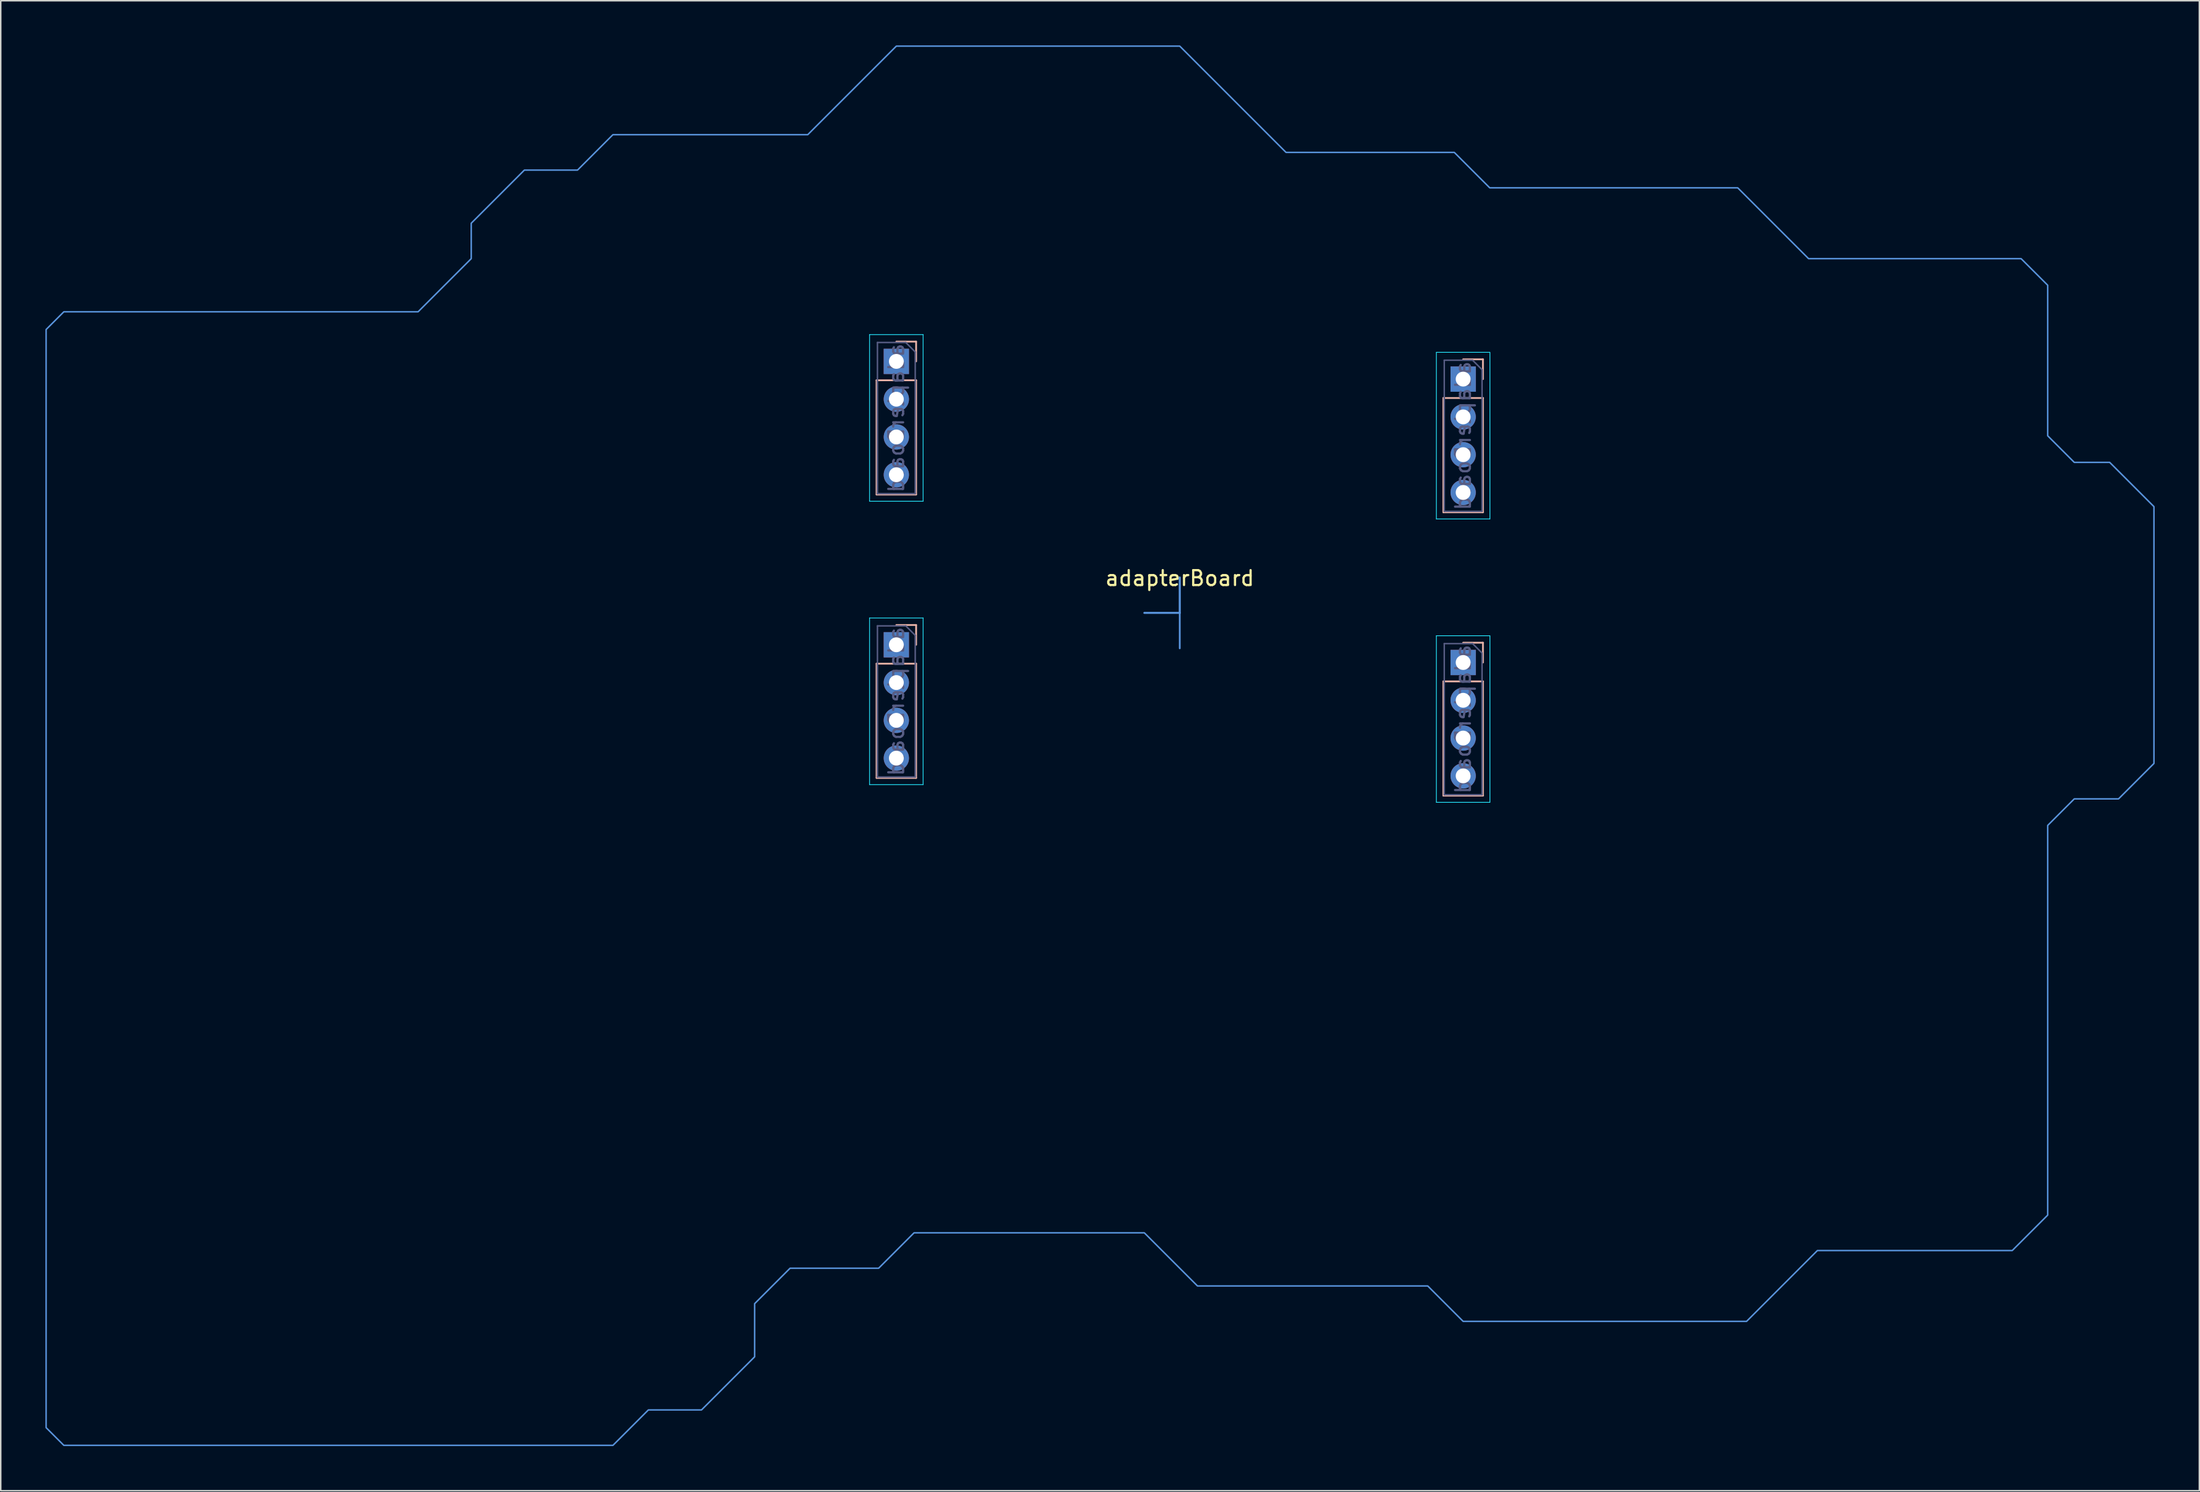
<source format=kicad_pcb>
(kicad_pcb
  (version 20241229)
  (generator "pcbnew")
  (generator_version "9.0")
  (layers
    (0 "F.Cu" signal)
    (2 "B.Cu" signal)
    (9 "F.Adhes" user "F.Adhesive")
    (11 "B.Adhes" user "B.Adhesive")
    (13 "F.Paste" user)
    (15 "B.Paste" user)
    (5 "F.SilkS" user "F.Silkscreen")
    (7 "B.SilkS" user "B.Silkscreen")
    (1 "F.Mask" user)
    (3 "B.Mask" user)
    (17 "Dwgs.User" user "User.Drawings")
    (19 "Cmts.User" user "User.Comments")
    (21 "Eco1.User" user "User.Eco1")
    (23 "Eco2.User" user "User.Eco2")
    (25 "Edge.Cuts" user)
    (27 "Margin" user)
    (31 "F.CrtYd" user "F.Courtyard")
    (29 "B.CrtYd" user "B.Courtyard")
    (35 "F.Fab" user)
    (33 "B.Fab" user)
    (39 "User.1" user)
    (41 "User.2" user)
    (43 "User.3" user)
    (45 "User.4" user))
  (footprint "adapterBoard"
    (layer "F.Cu")
    (at 76.25 38.15)
    (property "Reference" "adapterBoard" (at 0 -2.33 0) (layer "F.SilkS") (effects (font (size 1 1) (thickness 0.15))))
    (attr through_hole)
    (fp_line (start -20.38 -15.637) (end -20.38 -7.957) (stroke (width 0.12) (type solid)) (layer "B.SilkS"))
    (fp_line (start -20.38 3.413) (end -20.38 11.093) (stroke (width 0.12) (type solid)) (layer "B.SilkS"))
    (fp_line (start -17.72 -18.237) (end -19.05 -18.237) (stroke (width 0.12) (type solid)) (layer "B.SilkS"))
    (fp_line (start -17.72 -16.907) (end -17.72 -18.237) (stroke (width 0.12) (type solid)) (layer "B.SilkS"))
    (fp_line (start -17.72 -15.637) (end -20.38 -15.637) (stroke (width 0.12) (type solid)) (layer "B.SilkS"))
    (fp_line (start -17.72 -15.637) (end -17.72 -7.957) (stroke (width 0.12) (type solid)) (layer "B.SilkS"))
    (fp_line (start -17.72 -7.957) (end -20.38 -7.957) (stroke (width 0.12) (type solid)) (layer "B.SilkS"))
    (fp_line (start -17.72 0.813) (end -19.05 0.813) (stroke (width 0.12) (type solid)) (layer "B.SilkS"))
    (fp_line (start -17.72 2.143) (end -17.72 0.813) (stroke (width 0.12) (type solid)) (layer "B.SilkS"))
    (fp_line (start -17.72 3.413) (end -20.38 3.413) (stroke (width 0.12) (type solid)) (layer "B.SilkS"))
    (fp_line (start -17.72 3.413) (end -17.72 11.093) (stroke (width 0.12) (type solid)) (layer "B.SilkS"))
    (fp_line (start -17.72 11.093) (end -20.38 11.093) (stroke (width 0.12) (type solid)) (layer "B.SilkS"))
    (fp_line (start 17.72 -14.446) (end 17.72 -6.766) (stroke (width 0.12) (type solid)) (layer "B.SilkS"))
    (fp_line (start 17.72 4.604) (end 17.72 12.284) (stroke (width 0.12) (type solid)) (layer "B.SilkS"))
    (fp_line (start 20.38 -17.046) (end 19.05 -17.046) (stroke (width 0.12) (type solid)) (layer "B.SilkS"))
    (fp_line (start 20.38 -15.716) (end 20.38 -17.046) (stroke (width 0.12) (type solid)) (layer "B.SilkS"))
    (fp_line (start 20.38 -14.446) (end 17.72 -14.446) (stroke (width 0.12) (type solid)) (layer "B.SilkS"))
    (fp_line (start 20.38 -14.446) (end 20.38 -6.766) (stroke (width 0.12) (type solid)) (layer "B.SilkS"))
    (fp_line (start 20.38 -6.766) (end 17.72 -6.766) (stroke (width 0.12) (type solid)) (layer "B.SilkS"))
    (fp_line (start 20.38 2.004) (end 19.05 2.004) (stroke (width 0.12) (type solid)) (layer "B.SilkS"))
    (fp_line (start 20.38 3.334) (end 20.38 2.004) (stroke (width 0.12) (type solid)) (layer "B.SilkS"))
    (fp_line (start 20.38 4.604) (end 17.72 4.604) (stroke (width 0.12) (type solid)) (layer "B.SilkS"))
    (fp_line (start 20.38 4.604) (end 20.38 12.284) (stroke (width 0.12) (type solid)) (layer "B.SilkS"))
    (fp_line (start 20.38 12.284) (end 17.72 12.284) (stroke (width 0.12) (type solid)) (layer "B.SilkS"))
    (fp_line (start -2.381 0) (end 0 0) (stroke (width 0.12) (type solid)) (layer "Cmts.User"))
    (fp_line (start 0 -2.381) (end 0 0) (stroke (width 0.12) (type solid)) (layer "Cmts.User"))
    (fp_line (start 0 0) (end -2.381 0) (stroke (width 0.12) (type solid)) (layer "Cmts.User"))
    (fp_line (start 0 0) (end 0 -2.381) (stroke (width 0.12) (type solid)) (layer "Cmts.User"))
    (fp_line (start 0 0) (end 0 2.381) (stroke (width 0.12) (type solid)) (layer "Cmts.User"))
    (fp_poly (pts (xy 7.144 -30.956) (xy 18.455 -30.956) (xy 20.836 -28.575) (xy 37.505 -28.575) (xy 42.267 -23.813) (xy 56.555 -23.813) (xy 58.341 -22.027) (xy 58.341 -11.906) (xy 60.127 -10.12) (xy 62.508 -10.12) (xy 65.484 -7.144) (xy 65.484 10.12) (xy 63.103 12.502) (xy 60.127 12.502) (xy 58.341 14.287) (xy 58.341 40.481) (xy 55.959 42.862) (xy 42.862 42.862) (xy 38.1 47.625) (xy 19.05 47.625) (xy 16.669 45.244) (xy 1.191 45.244) (xy -2.381 41.672) (xy -17.859 41.672) (xy -20.241 44.053) (xy -26.194 44.053) (xy -28.575 46.434) (xy -28.575 50.006) (xy -32.147 53.578) (xy -35.719 53.578) (xy -38.1 55.959) (xy -75.009 55.959) (xy -76.2 54.769) (xy -76.2 -19.05) (xy -75.009 -20.241) (xy -51.197 -20.241) (xy -47.625 -23.813) (xy -47.625 -26.194) (xy -44.053 -29.766) (xy -40.481 -29.766) (xy -38.1 -32.147) (xy -25.003 -32.147) (xy -19.05 -38.1) (xy -0.000049 -38.1)) (stroke (width 0.1) (type solid)) (fill no) (layer "Cmts.User"))
    (fp_line (start -20.85 -18.707) (end -17.25 -18.707) (stroke (width 0.05) (type solid)) (layer "B.CrtYd"))
    (fp_line (start -20.85 -7.507) (end -20.85 -18.707) (stroke (width 0.05) (type solid)) (layer "B.CrtYd"))
    (fp_line (start -20.85 0.343) (end -17.25 0.343) (stroke (width 0.05) (type solid)) (layer "B.CrtYd"))
    (fp_line (start -20.85 11.543) (end -20.85 0.343) (stroke (width 0.05) (type solid)) (layer "B.CrtYd"))
    (fp_line (start -17.25 -18.707) (end -17.25 -7.507) (stroke (width 0.05) (type solid)) (layer "B.CrtYd"))
    (fp_line (start -17.25 -7.507) (end -20.85 -7.507) (stroke (width 0.05) (type solid)) (layer "B.CrtYd"))
    (fp_line (start -17.25 0.343) (end -17.25 11.543) (stroke (width 0.05) (type solid)) (layer "B.CrtYd"))
    (fp_line (start -17.25 11.543) (end -20.85 11.543) (stroke (width 0.05) (type solid)) (layer "B.CrtYd"))
    (fp_line (start 17.25 -17.516) (end 20.85 -17.516) (stroke (width 0.05) (type solid)) (layer "B.CrtYd"))
    (fp_line (start 17.25 -6.316) (end 17.25 -17.516) (stroke (width 0.05) (type solid)) (layer "B.CrtYd"))
    (fp_line (start 17.25 1.534) (end 20.85 1.534) (stroke (width 0.05) (type solid)) (layer "B.CrtYd"))
    (fp_line (start 17.25 12.734) (end 17.25 1.534) (stroke (width 0.05) (type solid)) (layer "B.CrtYd"))
    (fp_line (start 20.85 -17.516) (end 20.85 -6.316) (stroke (width 0.05) (type solid)) (layer "B.CrtYd"))
    (fp_line (start 20.85 -6.316) (end 17.25 -6.316) (stroke (width 0.05) (type solid)) (layer "B.CrtYd"))
    (fp_line (start 20.85 1.534) (end 20.85 12.734) (stroke (width 0.05) (type solid)) (layer "B.CrtYd"))
    (fp_line (start 20.85 12.734) (end 17.25 12.734) (stroke (width 0.05) (type solid)) (layer "B.CrtYd"))
    (fp_line (start -20.32 -18.177) (end -20.32 -8.017) (stroke (width 0.1) (type solid)) (layer "B.Fab"))
    (fp_line (start -20.32 -8.017) (end -17.78 -8.017) (stroke (width 0.1) (type solid)) (layer "B.Fab"))
    (fp_line (start -20.32 0.873) (end -20.32 11.033) (stroke (width 0.1) (type solid)) (layer "B.Fab"))
    (fp_line (start -20.32 11.033) (end -17.78 11.033) (stroke (width 0.1) (type solid)) (layer "B.Fab"))
    (fp_line (start -18.415 -18.177) (end -20.32 -18.177) (stroke (width 0.1) (type solid)) (layer "B.Fab"))
    (fp_line (start -18.415 0.873) (end -20.32 0.873) (stroke (width 0.1) (type solid)) (layer "B.Fab"))
    (fp_line (start -17.78 -17.542) (end -18.415 -18.177) (stroke (width 0.1) (type solid)) (layer "B.Fab"))
    (fp_line (start -17.78 -8.017) (end -17.78 -17.542) (stroke (width 0.1) (type solid)) (layer "B.Fab"))
    (fp_line (start -17.78 1.508) (end -18.415 0.873) (stroke (width 0.1) (type solid)) (layer "B.Fab"))
    (fp_line (start -17.78 11.033) (end -17.78 1.508) (stroke (width 0.1) (type solid)) (layer "B.Fab"))
    (fp_line (start 17.78 -16.986) (end 17.78 -6.826) (stroke (width 0.1) (type solid)) (layer "B.Fab"))
    (fp_line (start 17.78 -6.826) (end 20.32 -6.826) (stroke (width 0.1) (type solid)) (layer "B.Fab"))
    (fp_line (start 17.78 2.064) (end 17.78 12.224) (stroke (width 0.1) (type solid)) (layer "B.Fab"))
    (fp_line (start 17.78 12.224) (end 20.32 12.224) (stroke (width 0.1) (type solid)) (layer "B.Fab"))
    (fp_line (start 19.685 -16.986) (end 17.78 -16.986) (stroke (width 0.1) (type solid)) (layer "B.Fab"))
    (fp_line (start 19.685 2.064) (end 17.78 2.064) (stroke (width 0.1) (type solid)) (layer "B.Fab"))
    (fp_line (start 20.32 -16.351) (end 19.685 -16.986) (stroke (width 0.1) (type solid)) (layer "B.Fab"))
    (fp_line (start 20.32 -6.826) (end 20.32 -16.351) (stroke (width 0.1) (type solid)) (layer "B.Fab"))
    (fp_line (start 20.32 2.699) (end 19.685 2.064) (stroke (width 0.1) (type solid)) (layer "B.Fab"))
    (fp_line (start 20.32 12.224) (end 20.32 2.699) (stroke (width 0.1) (type solid)) (layer "B.Fab"))
    (fp_text user "${REFERENCE}" (at 19.05 -11.906 270) (layer "B.Fab") (effects (font (size 1 1) (thickness 0.15)) (justify mirror)))
    (fp_text user "${REFERENCE}" (at -19.05 -13.097 270) (layer "B.Fab") (effects (font (size 1 1) (thickness 0.15)) (justify mirror)))
    (fp_text user "${REFERENCE}" (at 19.05 7.144 270) (layer "B.Fab") (effects (font (size 1 1) (thickness 0.15)) (justify mirror)))
    (fp_text user "${REFERENCE}" (at -19.05 5.953 270) (layer "B.Fab") (effects (font (size 1 1) (thickness 0.15)) (justify mirror)))
    (pad "1" thru_hole rect (at -19.05 2.143) (size 1.7 1.7) (drill 1) (layers "*.Cu" "*.Mask"))
    (pad "2" thru_hole oval (at -19.05 4.683) (size 1.7 1.7) (drill 1) (layers "*.Cu" "*.Mask"))
    (pad "3" thru_hole oval (at -19.05 7.223) (size 1.7 1.7) (drill 1) (layers "*.Cu" "*.Mask"))
    (pad "4" thru_hole oval (at -19.05 9.763) (size 1.7 1.7) (drill 1) (layers "*.Cu" "*.Mask"))
    (pad "5" thru_hole rect (at 19.05 3.334) (size 1.7 1.7) (drill 1) (layers "*.Cu" "*.Mask"))
    (pad "6" thru_hole oval (at 19.05 5.874) (size 1.7 1.7) (drill 1) (layers "*.Cu" "*.Mask"))
    (pad "7" thru_hole oval (at 19.05 8.414) (size 1.7 1.7) (drill 1) (layers "*.Cu" "*.Mask"))
    (pad "8" thru_hole oval (at 19.05 10.954) (size 1.7 1.7) (drill 1) (layers "*.Cu" "*.Mask"))
    (pad "9" thru_hole rect (at -19.05 -16.907) (size 1.7 1.7) (drill 1) (layers "*.Cu" "*.Mask"))
    (pad "10" thru_hole oval (at -19.05 -14.367) (size 1.7 1.7) (drill 1) (layers "*.Cu" "*.Mask"))
    (pad "11" thru_hole oval (at -19.05 -11.827) (size 1.7 1.7) (drill 1) (layers "*.Cu" "*.Mask"))
    (pad "12" thru_hole oval (at -19.05 -9.287) (size 1.7 1.7) (drill 1) (layers "*.Cu" "*.Mask"))
    (pad "13" thru_hole rect (at 19.05 -15.716) (size 1.7 1.7) (drill 1) (layers "*.Cu" "*.Mask"))
    (pad "14" thru_hole oval (at 19.05 -13.176) (size 1.7 1.7) (drill 1) (layers "*.Cu" "*.Mask"))
    (pad "15" thru_hole oval (at 19.05 -10.636) (size 1.7 1.7) (drill 1) (layers "*.Cu" "*.Mask"))
    (pad "16" thru_hole oval (at 19.05 -8.096) (size 1.7 1.7) (drill 1) (layers "*.Cu" "*.Mask")))
  (gr_rect
    (start -3 -3)
    (end 144.785 97.159)
    (stroke (width 0.1) (type default))
    (fill no)
    (layer "Edge.Cuts")))
</source>
